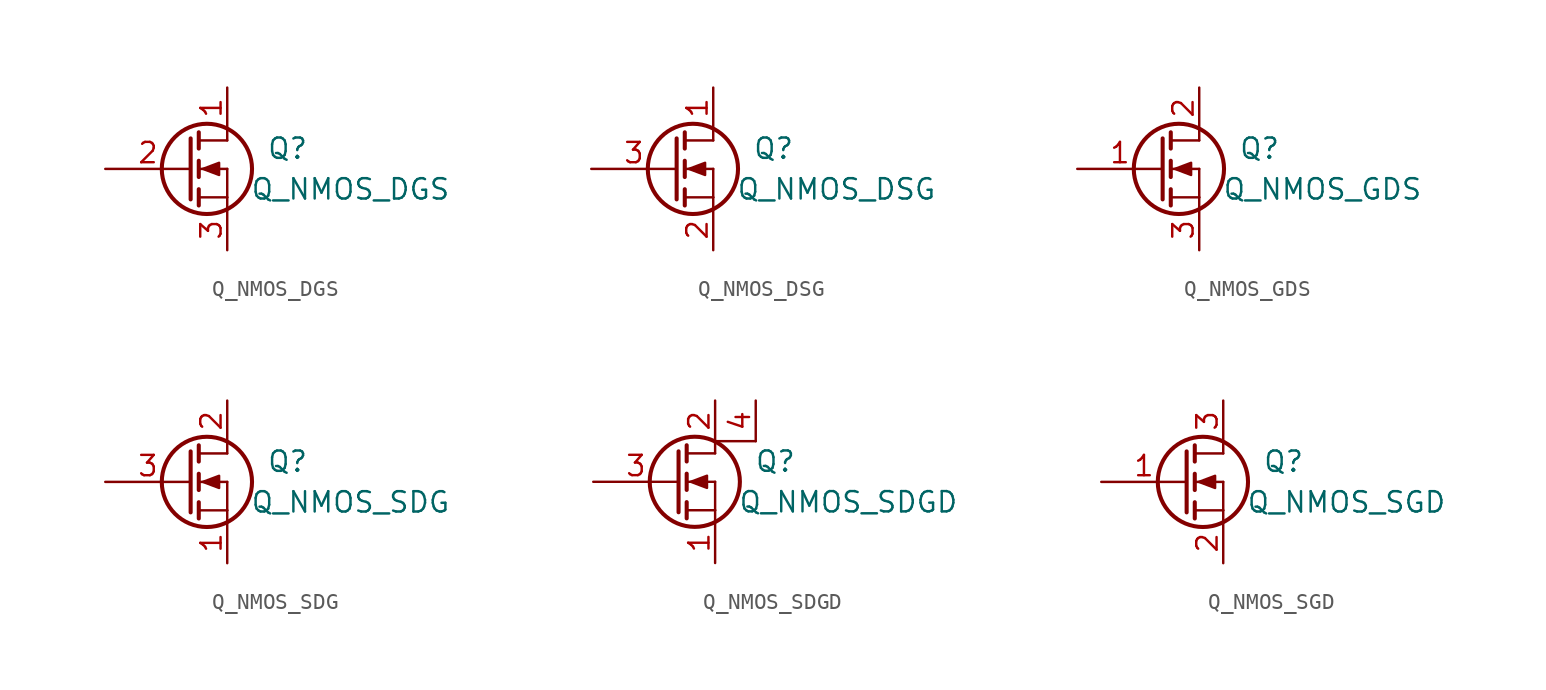
<source format=kicad_sym>
(kicad_symbol_lib
  (version 20211014)
  (generator kicad_symbol_editor)
  (symbol "Q_NMOS_DGS"
    (pin_names
      (offset 0) hide)
    (property "Reference" "Q"
      (at 7.62 1.27 0)
      (effects (font (size 1.27 1.27)) (justify right)))
    (property "Value" "Q_NMOS_DGS"
      (at 16.51 -1.27 0)
      (effects (font (size 1.27 1.27)) (justify right)))
    (property "Footprint" ""
      (at 5.08 2.54 0)
      (effects (font (size 1.27 1.27))))
    (property "Datasheet" ""
      (at 0 0 0)
      (effects (font (size 1.27 1.27))))
    (symbol "Q_NMOS_DGS_0_1"
      (polyline (pts (xy 0.762 -1.778) (xy 2.54 -1.778)) (stroke (width 0) (type default) (color 0 0 0 0)) (fill (type none)))
      (polyline (pts (xy 0.762 -1.27) (xy 0.762 -2.286)) (stroke (width 0.254) (type default) (color 0 0 0 0)) (fill (type none)))
      (polyline (pts (xy 0.762 0) (xy 2.54 0)) (stroke (width 0) (type default) (color 0 0 0 0)) (fill (type none)))
      (polyline (pts (xy 0.762 0.508) (xy 0.762 -0.508)) (stroke (width 0.254) (type default) (color 0 0 0 0)) (fill (type none)))
      (polyline (pts (xy 0.762 1.778) (xy 2.54 1.778)) (stroke (width 0) (type default) (color 0 0 0 0)) (fill (type none)))
      (polyline (pts (xy 0.762 2.286) (xy 0.762 1.27)) (stroke (width 0.254) (type default) (color 0 0 0 0)) (fill (type none)))
      (polyline (pts (xy 2.54 -1.778) (xy 2.54 -2.54)) (stroke (width 0) (type default) (color 0 0 0 0)) (fill (type none)))
      (polyline (pts (xy 2.54 -1.778) (xy 2.54 0)) (stroke (width 0) (type default) (color 0 0 0 0)) (fill (type none)))
      (polyline (pts (xy 2.54 2.54) (xy 2.54 1.778)) (stroke (width 0) (type default) (color 0 0 0 0)) (fill (type none)))
      (polyline (pts (xy 0.254 1.905) (xy 0.254 -1.905) (xy 0.254 -1.905)) (stroke (width 0.254) (type default) (color 0 0 0 0)) (fill (type none)))
      (polyline (pts (xy 1.016 0) (xy 2.032 0.381) (xy 2.032 -0.381) (xy 1.016 0)) (stroke (width 0) (type default) (color 0 0 0 0)) (fill (type outline)))
      (circle (center 1.27 0) (radius 2.819) (stroke (width 0.254) (type default) (color 0 0 0 0)) (fill (type none))))
    (symbol "Q_NMOS_DGS_1_1"
      (pin passive line (at 2.54 5.08 270) (length 2.54) (name "D" (effects (font (size 1.27 1.27)))) (number "1" (effects (font (size 1.27 1.27)))))
      (pin input line (at -5.08 0 0) (length 5.334) (name "G" (effects (font (size 1.27 1.27)))) (number "2" (effects (font (size 1.27 1.27)))))
      (pin passive line (at 2.54 -5.08 90) (length 2.54) (name "S" (effects (font (size 1.27 1.27)))) (number "3" (effects (font (size 1.27 1.27)))))))
  (symbol "Q_NMOS_DSG"
    (pin_names
      (offset 0) hide)
    (property "Reference" "Q"
      (at 7.62 1.27 0)
      (effects (font (size 1.27 1.27)) (justify right)))
    (property "Value" "Q_NMOS_DSG"
      (at 16.51 -1.27 0)
      (effects (font (size 1.27 1.27)) (justify right)))
    (property "Footprint" ""
      (at 5.08 2.54 0)
      (effects (font (size 1.27 1.27))))
    (property "Datasheet" ""
      (at 0 0 0)
      (effects (font (size 1.27 1.27))))
    (symbol "Q_NMOS_DSG_0_1"
      (polyline (pts (xy 0.762 -1.778) (xy 2.54 -1.778)) (stroke (width 0) (type default) (color 0 0 0 0)) (fill (type none)))
      (polyline (pts (xy 0.762 -1.27) (xy 0.762 -2.286)) (stroke (width 0.254) (type default) (color 0 0 0 0)) (fill (type none)))
      (polyline (pts (xy 0.762 0) (xy 2.54 0)) (stroke (width 0) (type default) (color 0 0 0 0)) (fill (type none)))
      (polyline (pts (xy 0.762 0.508) (xy 0.762 -0.508)) (stroke (width 0.254) (type default) (color 0 0 0 0)) (fill (type none)))
      (polyline (pts (xy 0.762 1.778) (xy 2.54 1.778)) (stroke (width 0) (type default) (color 0 0 0 0)) (fill (type none)))
      (polyline (pts (xy 0.762 2.286) (xy 0.762 1.27)) (stroke (width 0.254) (type default) (color 0 0 0 0)) (fill (type none)))
      (polyline (pts (xy 2.54 -1.778) (xy 2.54 -2.54)) (stroke (width 0) (type default) (color 0 0 0 0)) (fill (type none)))
      (polyline (pts (xy 2.54 -1.778) (xy 2.54 0)) (stroke (width 0) (type default) (color 0 0 0 0)) (fill (type none)))
      (polyline (pts (xy 2.54 2.54) (xy 2.54 1.778)) (stroke (width 0) (type default) (color 0 0 0 0)) (fill (type none)))
      (polyline (pts (xy 0.254 1.905) (xy 0.254 -1.905) (xy 0.254 -1.905)) (stroke (width 0.254) (type default) (color 0 0 0 0)) (fill (type none)))
      (polyline (pts (xy 1.016 0) (xy 2.032 0.381) (xy 2.032 -0.381) (xy 1.016 0)) (stroke (width 0) (type default) (color 0 0 0 0)) (fill (type outline)))
      (circle (center 1.27 0) (radius 2.819) (stroke (width 0.254) (type default) (color 0 0 0 0)) (fill (type none))))
    (symbol "Q_NMOS_DSG_1_1"
      (pin passive line (at 2.54 5.08 270) (length 2.54) (name "D" (effects (font (size 1.27 1.27)))) (number "1" (effects (font (size 1.27 1.27)))))
      (pin passive line (at 2.54 -5.08 90) (length 2.54) (name "S" (effects (font (size 1.27 1.27)))) (number "2" (effects (font (size 1.27 1.27)))))
      (pin input line (at -5.08 0 0) (length 5.334) (name "G" (effects (font (size 1.27 1.27)))) (number "3" (effects (font (size 1.27 1.27)))))))
  (symbol "Q_NMOS_GDS"
    (pin_names
      (offset 0) hide)
    (property "Reference" "Q"
      (at 7.62 1.27 0)
      (effects (font (size 1.27 1.27)) (justify right)))
    (property "Value" "Q_NMOS_GDS"
      (at 16.51 -1.27 0)
      (effects (font (size 1.27 1.27)) (justify right)))
    (property "Footprint" ""
      (at 5.08 2.54 0)
      (effects (font (size 1.27 1.27))))
    (property "Datasheet" ""
      (at 0 0 0)
      (effects (font (size 1.27 1.27))))
    (symbol "Q_NMOS_GDS_0_1"
      (polyline (pts (xy 0.762 -1.778) (xy 2.54 -1.778)) (stroke (width 0) (type default) (color 0 0 0 0)) (fill (type none)))
      (polyline (pts (xy 0.762 -1.27) (xy 0.762 -2.286)) (stroke (width 0.254) (type default) (color 0 0 0 0)) (fill (type none)))
      (polyline (pts (xy 0.762 0) (xy 2.54 0)) (stroke (width 0) (type default) (color 0 0 0 0)) (fill (type none)))
      (polyline (pts (xy 0.762 0.508) (xy 0.762 -0.508)) (stroke (width 0.254) (type default) (color 0 0 0 0)) (fill (type none)))
      (polyline (pts (xy 0.762 1.778) (xy 2.54 1.778)) (stroke (width 0) (type default) (color 0 0 0 0)) (fill (type none)))
      (polyline (pts (xy 0.762 2.286) (xy 0.762 1.27)) (stroke (width 0.254) (type default) (color 0 0 0 0)) (fill (type none)))
      (polyline (pts (xy 2.54 -1.778) (xy 2.54 -2.54)) (stroke (width 0) (type default) (color 0 0 0 0)) (fill (type none)))
      (polyline (pts (xy 2.54 -1.778) (xy 2.54 0)) (stroke (width 0) (type default) (color 0 0 0 0)) (fill (type none)))
      (polyline (pts (xy 2.54 2.54) (xy 2.54 1.778)) (stroke (width 0) (type default) (color 0 0 0 0)) (fill (type none)))
      (polyline (pts (xy 0.254 1.905) (xy 0.254 -1.905) (xy 0.254 -1.905)) (stroke (width 0.254) (type default) (color 0 0 0 0)) (fill (type none)))
      (polyline (pts (xy 1.016 0) (xy 2.032 0.381) (xy 2.032 -0.381) (xy 1.016 0)) (stroke (width 0) (type default) (color 0 0 0 0)) (fill (type outline)))
      (circle (center 1.27 0) (radius 2.819) (stroke (width 0.254) (type default) (color 0 0 0 0)) (fill (type none))))
    (symbol "Q_NMOS_GDS_1_1"
      (pin input line (at -5.08 0 0) (length 5.334) (name "G" (effects (font (size 1.27 1.27)))) (number "1" (effects (font (size 1.27 1.27)))))
      (pin passive line (at 2.54 5.08 270) (length 2.54) (name "D" (effects (font (size 1.27 1.27)))) (number "2" (effects (font (size 1.27 1.27)))))
      (pin passive line (at 2.54 -5.08 90) (length 2.54) (name "S" (effects (font (size 1.27 1.27)))) (number "3" (effects (font (size 1.27 1.27)))))))
  (symbol "Q_NMOS_SDG"
    (pin_names
      (offset 0) hide)
    (property "Reference" "Q"
      (at 7.62 1.27 0)
      (effects (font (size 1.27 1.27)) (justify right)))
    (property "Value" "Q_NMOS_SDG"
      (at 16.51 -1.27 0)
      (effects (font (size 1.27 1.27)) (justify right)))
    (property "Footprint" ""
      (at 5.08 2.54 0)
      (effects (font (size 1.27 1.27))))
    (property "Datasheet" ""
      (at 0 0 0)
      (effects (font (size 1.27 1.27))))
    (symbol "Q_NMOS_SDG_0_1"
      (polyline (pts (xy 0.762 -1.778) (xy 2.54 -1.778)) (stroke (width 0) (type default) (color 0 0 0 0)) (fill (type none)))
      (polyline (pts (xy 0.762 -1.27) (xy 0.762 -2.286)) (stroke (width 0.254) (type default) (color 0 0 0 0)) (fill (type none)))
      (polyline (pts (xy 0.762 0) (xy 2.54 0)) (stroke (width 0) (type default) (color 0 0 0 0)) (fill (type none)))
      (polyline (pts (xy 0.762 0.508) (xy 0.762 -0.508)) (stroke (width 0.254) (type default) (color 0 0 0 0)) (fill (type none)))
      (polyline (pts (xy 0.762 1.778) (xy 2.54 1.778)) (stroke (width 0) (type default) (color 0 0 0 0)) (fill (type none)))
      (polyline (pts (xy 0.762 2.286) (xy 0.762 1.27)) (stroke (width 0.254) (type default) (color 0 0 0 0)) (fill (type none)))
      (polyline (pts (xy 2.54 -1.778) (xy 2.54 -2.54)) (stroke (width 0) (type default) (color 0 0 0 0)) (fill (type none)))
      (polyline (pts (xy 2.54 -1.778) (xy 2.54 0)) (stroke (width 0) (type default) (color 0 0 0 0)) (fill (type none)))
      (polyline (pts (xy 2.54 2.54) (xy 2.54 1.778)) (stroke (width 0) (type default) (color 0 0 0 0)) (fill (type none)))
      (polyline (pts (xy 0.254 1.905) (xy 0.254 -1.905) (xy 0.254 -1.905)) (stroke (width 0.254) (type default) (color 0 0 0 0)) (fill (type none)))
      (polyline (pts (xy 1.016 0) (xy 2.032 0.381) (xy 2.032 -0.381) (xy 1.016 0)) (stroke (width 0) (type default) (color 0 0 0 0)) (fill (type outline)))
      (circle (center 1.27 0) (radius 2.819) (stroke (width 0.254) (type default) (color 0 0 0 0)) (fill (type none))))
    (symbol "Q_NMOS_SDG_1_1"
      (pin passive line (at 2.54 -5.08 90) (length 2.54) (name "S" (effects (font (size 1.27 1.27)))) (number "1" (effects (font (size 1.27 1.27)))))
      (pin passive line (at 2.54 5.08 270) (length 2.54) (name "D" (effects (font (size 1.27 1.27)))) (number "2" (effects (font (size 1.27 1.27)))))
      (pin input line (at -5.08 0 0) (length 5.334) (name "G" (effects (font (size 1.27 1.27)))) (number "3" (effects (font (size 1.27 1.27)))))))
  (symbol "Q_NMOS_SDGD"
    (pin_names
      (offset 0) hide)
    (property "Reference" "Q"
      (at 7.62 1.27 0)
      (effects (font (size 1.27 1.27)) (justify right)))
    (property "Value" "Q_NMOS_SDGD"
      (at 17.78 -1.27 0)
      (effects (font (size 1.27 1.27)) (justify right)))
    (property "Footprint" ""
      (at 5.08 2.54 0)
      (effects (font (size 1.27 1.27))))
    (property "Datasheet" ""
      (at 0 0 0)
      (effects (font (size 1.27 1.27))))
    (symbol "Q_NMOS_SDGD_0_1"
      (polyline (pts (xy 0.762 -1.778) (xy 2.54 -1.778)) (stroke (width 0) (type default) (color 0 0 0 0)) (fill (type none)))
      (polyline (pts (xy 0.762 -1.27) (xy 0.762 -2.286)) (stroke (width 0.254) (type default) (color 0 0 0 0)) (fill (type none)))
      (polyline (pts (xy 0.762 0) (xy 2.54 0)) (stroke (width 0) (type default) (color 0 0 0 0)) (fill (type none)))
      (polyline (pts (xy 0.762 0.508) (xy 0.762 -0.508)) (stroke (width 0.254) (type default) (color 0 0 0 0)) (fill (type none)))
      (polyline (pts (xy 0.762 1.778) (xy 2.54 1.778)) (stroke (width 0) (type default) (color 0 0 0 0)) (fill (type none)))
      (polyline (pts (xy 0.762 2.286) (xy 0.762 1.27)) (stroke (width 0.254) (type default) (color 0 0 0 0)) (fill (type none)))
      (polyline (pts (xy 2.54 -1.778) (xy 2.54 -2.54)) (stroke (width 0) (type default) (color 0 0 0 0)) (fill (type none)))
      (polyline (pts (xy 2.54 -1.778) (xy 2.54 0)) (stroke (width 0) (type default) (color 0 0 0 0)) (fill (type none)))
      (polyline (pts (xy 2.54 2.54) (xy 2.54 1.778)) (stroke (width 0) (type default) (color 0 0 0 0)) (fill (type none)))
      (polyline (pts (xy 2.54 2.54) (xy 5.08 2.54)) (stroke (width 0) (type default) (color 0 0 0 0)) (fill (type none)))
      (polyline (pts (xy 0.254 1.905) (xy 0.254 -1.905) (xy 0.254 -1.905)) (stroke (width 0.254) (type default) (color 0 0 0 0)) (fill (type none)))
      (polyline (pts (xy 1.016 0) (xy 2.032 0.381) (xy 2.032 -0.381) (xy 1.016 0)) (stroke (width 0) (type default) (color 0 0 0 0)) (fill (type outline)))
      (circle (center 1.27 0) (radius 2.819) (stroke (width 0.254) (type default) (color 0 0 0 0)) (fill (type none))))
    (symbol "Q_NMOS_SDGD_1_1"
      (pin passive line (at 2.54 -5.08 90) (length 2.54) (name "S" (effects (font (size 1.27 1.27)))) (number "1" (effects (font (size 1.27 1.27)))))
      (pin passive line (at 2.54 5.08 270) (length 2.54) (name "D" (effects (font (size 1.27 1.27)))) (number "2" (effects (font (size 1.27 1.27)))))
      (pin input line (at -5.08 0 0) (length 5.334) (name "G" (effects (font (size 1.27 1.27)))) (number "3" (effects (font (size 1.27 1.27)))))
      (pin passive line (at 5.08 5.08 270) (length 2.54) (name "D" (effects (font (size 1.27 1.27)))) (number "4" (effects (font (size 1.27 1.27)))))))
  (symbol "Q_NMOS_SGD"
    (pin_names
      (offset 0) hide)
    (property "Reference" "Q"
      (at 7.62 1.27 0)
      (effects (font (size 1.27 1.27)) (justify right)))
    (property "Value" "Q_NMOS_SGD"
      (at 16.51 -1.27 0)
      (effects (font (size 1.27 1.27)) (justify right)))
    (property "Footprint" ""
      (at 5.08 2.54 0)
      (effects (font (size 1.27 1.27))))
    (property "Datasheet" ""
      (at 0 0 0)
      (effects (font (size 1.27 1.27))))
    (symbol "Q_NMOS_SGD_0_1"
      (polyline (pts (xy 0.762 -1.778) (xy 2.54 -1.778)) (stroke (width 0) (type default) (color 0 0 0 0)) (fill (type none)))
      (polyline (pts (xy 0.762 -1.27) (xy 0.762 -2.286)) (stroke (width 0.254) (type default) (color 0 0 0 0)) (fill (type none)))
      (polyline (pts (xy 0.762 0) (xy 2.54 0)) (stroke (width 0) (type default) (color 0 0 0 0)) (fill (type none)))
      (polyline (pts (xy 0.762 0.508) (xy 0.762 -0.508)) (stroke (width 0.254) (type default) (color 0 0 0 0)) (fill (type none)))
      (polyline (pts (xy 0.762 1.778) (xy 2.54 1.778)) (stroke (width 0) (type default) (color 0 0 0 0)) (fill (type none)))
      (polyline (pts (xy 0.762 2.286) (xy 0.762 1.27)) (stroke (width 0.254) (type default) (color 0 0 0 0)) (fill (type none)))
      (polyline (pts (xy 2.54 -1.778) (xy 2.54 -2.54)) (stroke (width 0) (type default) (color 0 0 0 0)) (fill (type none)))
      (polyline (pts (xy 2.54 -1.778) (xy 2.54 0)) (stroke (width 0) (type default) (color 0 0 0 0)) (fill (type none)))
      (polyline (pts (xy 2.54 2.54) (xy 2.54 1.778)) (stroke (width 0) (type default) (color 0 0 0 0)) (fill (type none)))
      (polyline (pts (xy 0.254 1.905) (xy 0.254 -1.905) (xy 0.254 -1.905)) (stroke (width 0.254) (type default) (color 0 0 0 0)) (fill (type none)))
      (polyline (pts (xy 1.016 0) (xy 2.032 0.381) (xy 2.032 -0.381) (xy 1.016 0)) (stroke (width 0) (type default) (color 0 0 0 0)) (fill (type outline)))
      (circle (center 1.27 0) (radius 2.819) (stroke (width 0.254) (type default) (color 0 0 0 0)) (fill (type none))))
    (symbol "Q_NMOS_SGD_1_1"
      (pin input line (at -5.08 0 0) (length 5.334) (name "G" (effects (font (size 1.27 1.27)))) (number "1" (effects (font (size 1.27 1.27)))))
      (pin passive line (at 2.54 -5.08 90) (length 2.54) (name "S" (effects (font (size 1.27 1.27)))) (number "2" (effects (font (size 1.27 1.27)))))
      (pin passive line (at 2.54 5.08 270) (length 2.54) (name "D" (effects (font (size 1.27 1.27)))) (number "3" (effects (font (size 1.27 1.27))))))))
</source>
